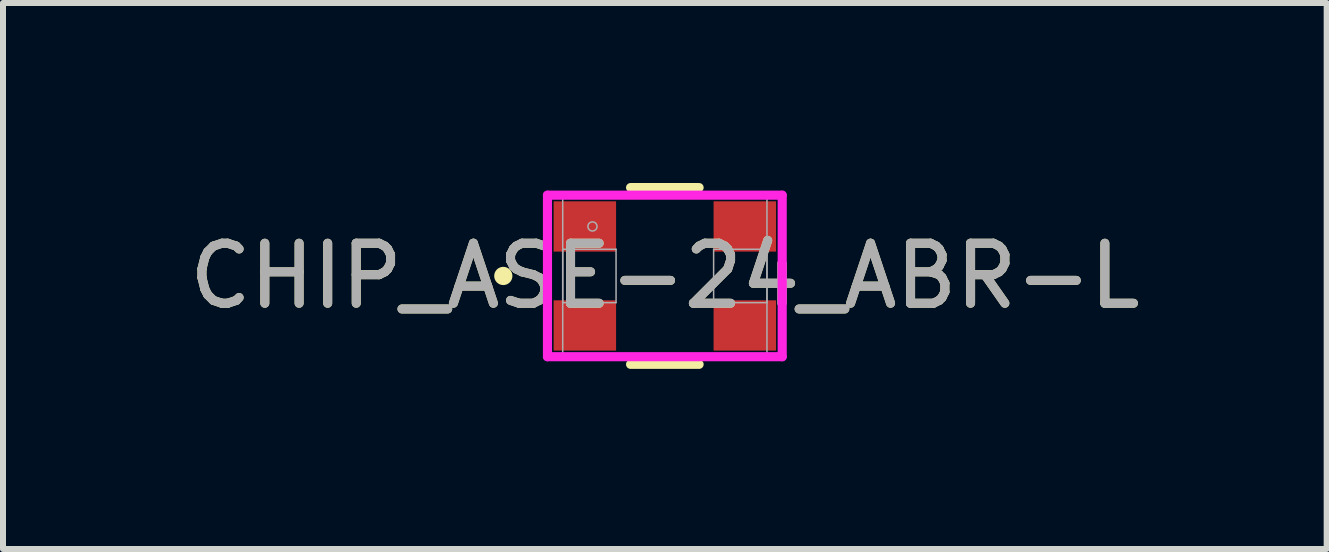
<source format=kicad_pcb>
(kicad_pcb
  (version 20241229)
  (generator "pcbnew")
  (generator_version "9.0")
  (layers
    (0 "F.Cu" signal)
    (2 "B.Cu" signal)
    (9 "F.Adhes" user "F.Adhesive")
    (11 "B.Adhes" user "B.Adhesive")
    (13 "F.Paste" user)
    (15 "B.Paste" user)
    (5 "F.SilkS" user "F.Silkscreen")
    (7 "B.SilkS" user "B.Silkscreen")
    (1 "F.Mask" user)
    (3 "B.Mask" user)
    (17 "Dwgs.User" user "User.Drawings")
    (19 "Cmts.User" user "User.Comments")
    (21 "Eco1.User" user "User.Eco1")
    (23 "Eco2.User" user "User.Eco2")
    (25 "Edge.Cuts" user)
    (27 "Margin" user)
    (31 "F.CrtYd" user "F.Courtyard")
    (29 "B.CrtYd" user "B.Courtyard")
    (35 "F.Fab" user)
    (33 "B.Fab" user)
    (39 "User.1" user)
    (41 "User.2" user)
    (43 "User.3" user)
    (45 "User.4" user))
  (footprint "CHIP_ASE-24_ABR-L"
    (layer "F.Cu")
    (at 8.03 1.549)
    (property "Reference" "CHIP_ASE-24_ABR-L" (at 0 0 0) (unlocked yes) (layer "F.SilkS") (effects (font (size 1 1) (thickness 0.15))))
    (attr smd)
    (fp_line (start -0.571 1.473) (end 0.571 1.473) (stroke (width 0.152) (type solid)) (layer "F.SilkS"))
    (fp_line (start 0.571 -1.473) (end -0.571 -1.473) (stroke (width 0.152) (type solid)) (layer "F.SilkS"))
    (fp_circle (center -2.692 0) (end -2.616 0) (stroke (width 0.152) (type solid)) (fill no) (layer "F.SilkS"))
    (fp_line (start -1.956 -1.346) (end 1.956 -1.346) (stroke (width 0.152) (type solid)) (layer "F.CrtYd"))
    (fp_line (start -1.956 1.346) (end -1.956 -1.346) (stroke (width 0.152) (type solid)) (layer "F.CrtYd"))
    (fp_line (start 1.956 -1.346) (end 1.956 1.346) (stroke (width 0.152) (type solid)) (layer "F.CrtYd"))
    (fp_line (start 1.956 1.346) (end -1.956 1.346) (stroke (width 0.152) (type solid)) (layer "F.CrtYd"))
    (fp_line (start -1.702 -1.346) (end -1.702 1.346) (stroke (width 0.025) (type solid)) (layer "F.Fab"))
    (fp_line (start -1.702 -0.445) (end -1.702 0.445) (stroke (width 0.025) (type solid)) (layer "F.Fab"))
    (fp_line (start -1.702 0.445) (end -0.813 0.445) (stroke (width 0.025) (type solid)) (layer "F.Fab"))
    (fp_line (start -1.702 1.346) (end 1.702 1.346) (stroke (width 0.025) (type solid)) (layer "F.Fab"))
    (fp_line (start -0.813 -0.445) (end -1.702 -0.445) (stroke (width 0.025) (type solid)) (layer "F.Fab"))
    (fp_line (start -0.813 0.445) (end -0.813 -0.445) (stroke (width 0.025) (type solid)) (layer "F.Fab"))
    (fp_line (start 0.813 -0.445) (end 0.813 0.445) (stroke (width 0.025) (type solid)) (layer "F.Fab"))
    (fp_line (start 0.813 0.445) (end 1.702 0.445) (stroke (width 0.025) (type solid)) (layer "F.Fab"))
    (fp_line (start 1.702 -1.346) (end -1.702 -1.346) (stroke (width 0.025) (type solid)) (layer "F.Fab"))
    (fp_line (start 1.702 -0.445) (end 0.813 -0.445) (stroke (width 0.025) (type solid)) (layer "F.Fab"))
    (fp_line (start 1.702 0.445) (end 1.702 -0.445) (stroke (width 0.025) (type solid)) (layer "F.Fab"))
    (fp_line (start 1.702 1.346) (end 1.702 -1.346) (stroke (width 0.025) (type solid)) (layer "F.Fab"))
    (fp_circle (center -1.206 -0.825) (end -1.13 -0.825) (stroke (width 0.025) (type solid)) (fill no) (layer "F.Fab"))
    (fp_text user "${REFERENCE}" (at 0 0 0) (unlocked yes) (layer "F.Fab") (effects (font (size 1 1) (thickness 0.15))))
    (pad "1" smd rect (at -1.333 -0.825) (size 1.041 0.838) (layers "F.Cu" "F.Mask" "F.Paste"))
    (pad "2" smd rect (at -1.333 0.825) (size 1.041 0.838) (layers "F.Cu" "F.Mask" "F.Paste"))
    (pad "3" smd rect (at 1.333 0.825) (size 1.041 0.838) (layers "F.Cu" "F.Mask" "F.Paste"))
    (pad "4" smd rect (at 1.333 -0.825) (size 1.041 0.838) (layers "F.Cu" "F.Mask" "F.Paste"))
    (zone (net_name "") (layer "F.Cu") (hatch full 0.508) (connect_pads) (min_thickness 0.254) (filled_areas_thickness no) (keepout (tracks not_allowed) (vias not_allowed) (pads allowed) (copperpour not_allowed) (footprints allowed)) (placement (enabled no)) (fill) (polygon (pts (xy 7.268 0.254) (xy 8.792 0.254) (xy 8.792 2.845) (xy 7.268 2.845)))))
  (gr_rect
    (start -3 -3)
    (end 19.06 6.099)
    (stroke (width 0.1) (type default))
    (fill no)
    (layer "Edge.Cuts")))
</source>
